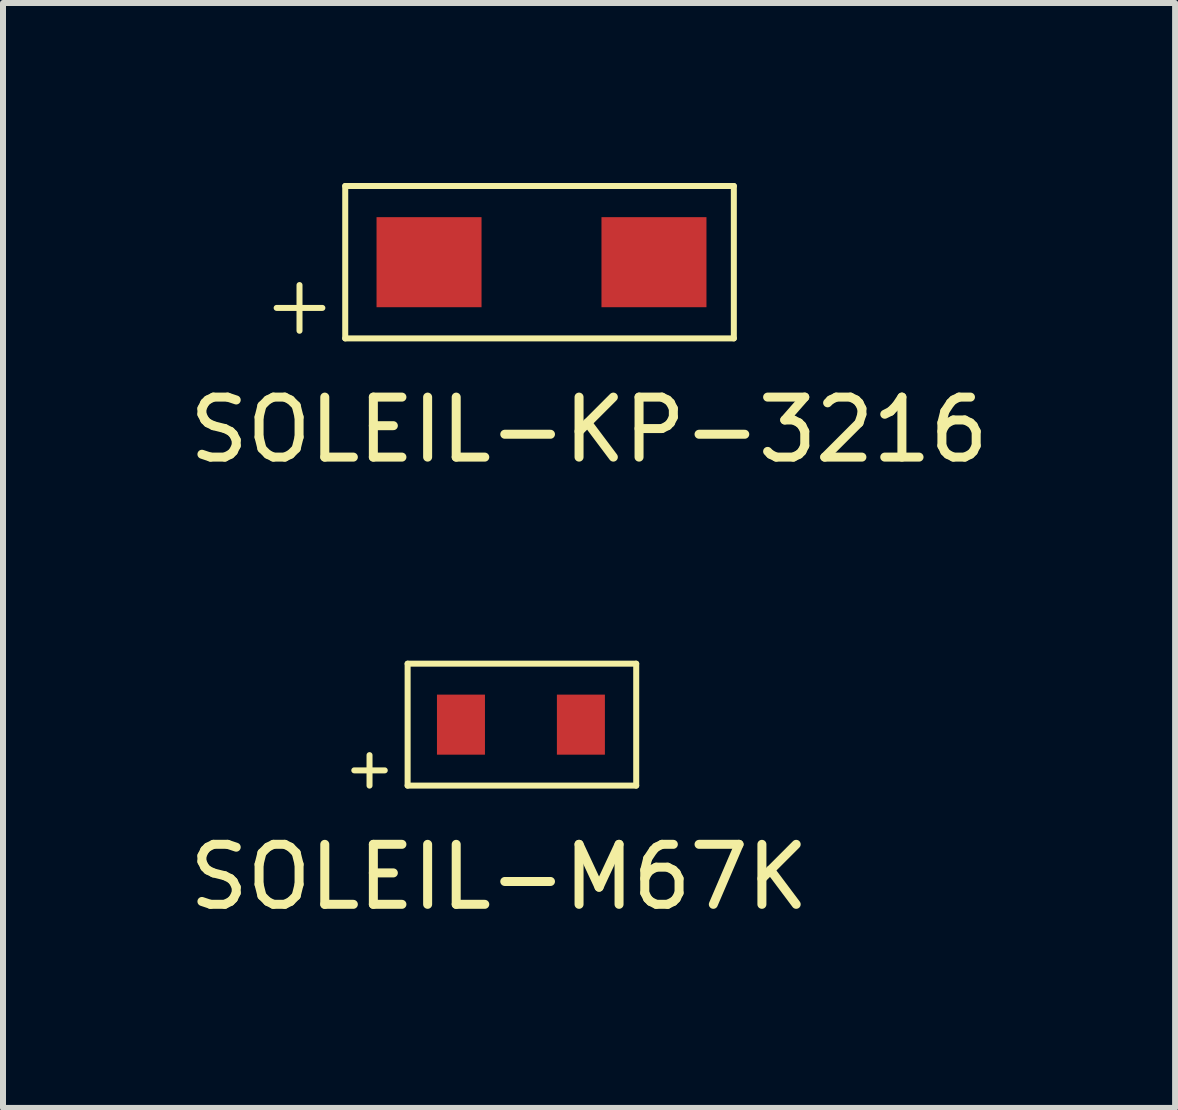
<source format=kicad_pcb>
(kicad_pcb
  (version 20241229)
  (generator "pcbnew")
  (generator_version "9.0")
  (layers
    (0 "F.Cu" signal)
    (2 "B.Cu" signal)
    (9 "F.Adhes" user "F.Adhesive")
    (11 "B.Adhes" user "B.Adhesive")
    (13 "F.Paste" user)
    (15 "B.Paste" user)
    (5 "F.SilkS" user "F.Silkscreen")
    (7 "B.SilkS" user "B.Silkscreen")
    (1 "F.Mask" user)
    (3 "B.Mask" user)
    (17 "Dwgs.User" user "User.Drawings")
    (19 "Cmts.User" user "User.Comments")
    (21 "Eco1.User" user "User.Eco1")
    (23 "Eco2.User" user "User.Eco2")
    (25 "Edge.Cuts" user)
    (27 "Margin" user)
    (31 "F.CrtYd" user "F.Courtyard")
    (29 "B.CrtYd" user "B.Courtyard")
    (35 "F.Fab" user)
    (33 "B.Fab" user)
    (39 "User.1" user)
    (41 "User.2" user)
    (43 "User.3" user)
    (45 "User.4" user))
  (footprint "SOLEIL-KP-3216"
    (layer "F.Cu")
    (at 4.101 1.32)
    (property "Reference" "SOLEIL-KP-3216" (at 2.667 2.794 0) (layer "F.SilkS") (effects (font (size 1 1) (thickness 0.15))))
    (attr through_hole)
    (fp_line (start -2.54 0.762) (end -1.778 0.762) (stroke (width 0.1) (type solid)) (layer "F.SilkS"))
    (fp_line (start -2.159 0.381) (end -2.159 1.143) (stroke (width 0.1) (type solid)) (layer "F.SilkS"))
    (fp_line (start -1.397 -1.27) (end -1.397 1.27) (stroke (width 0.1) (type solid)) (layer "F.SilkS"))
    (fp_line (start -1.397 1.27) (end 5.08 1.27) (stroke (width 0.1) (type solid)) (layer "F.SilkS"))
    (fp_line (start 5.08 -1.27) (end -1.397 -1.27) (stroke (width 0.1) (type solid)) (layer "F.SilkS"))
    (fp_line (start 5.08 1.27) (end 5.08 -1.27) (stroke (width 0.1) (type solid)) (layer "F.SilkS"))
    (pad "1" smd rect (at 0 0) (size 1.75 1.501) (layers "F.Cu" "F.Mask" "F.Paste"))
    (pad "2" smd rect (at 3.749 0) (size 1.75 1.501) (layers "F.Cu" "F.Mask" "F.Paste")))
  (footprint "SOLEIL-M67K"
    (layer "F.Cu")
    (at 4.633 9.028)
    (property "Reference" "SOLEIL-M67K" (at 0.635 2.54 0) (layer "F.SilkS") (effects (font (size 1 1) (thickness 0.15))))
    (attr through_hole)
    (fp_line (start -1.778 0.762) (end -1.27 0.762) (stroke (width 0.1) (type solid)) (layer "F.SilkS"))
    (fp_line (start -1.524 0.508) (end -1.524 1.016) (stroke (width 0.1) (type solid)) (layer "F.SilkS"))
    (fp_line (start -0.889 -1.016) (end -0.889 1.016) (stroke (width 0.1) (type solid)) (layer "F.SilkS"))
    (fp_line (start -0.889 -1.016) (end 2.921 -1.016) (stroke (width 0.1) (type solid)) (layer "F.SilkS"))
    (fp_line (start -0.889 1.016) (end 2.921 1.016) (stroke (width 0.1) (type solid)) (layer "F.SilkS"))
    (fp_line (start 2.921 -1.016) (end 2.921 1.016) (stroke (width 0.1) (type solid)) (layer "F.SilkS"))
    (pad "1" smd rect (at 0 0) (size 0.8 1.001) (layers "F.Cu" "F.Mask" "F.Paste"))
    (pad "2" smd rect (at 1.999 0) (size 0.8 1.001) (layers "F.Cu" "F.Mask" "F.Paste")))
  (gr_rect
    (start -3 -3)
    (end 16.536 15.416)
    (stroke (width 0.1) (type default))
    (fill no)
    (layer "Edge.Cuts")))
</source>
